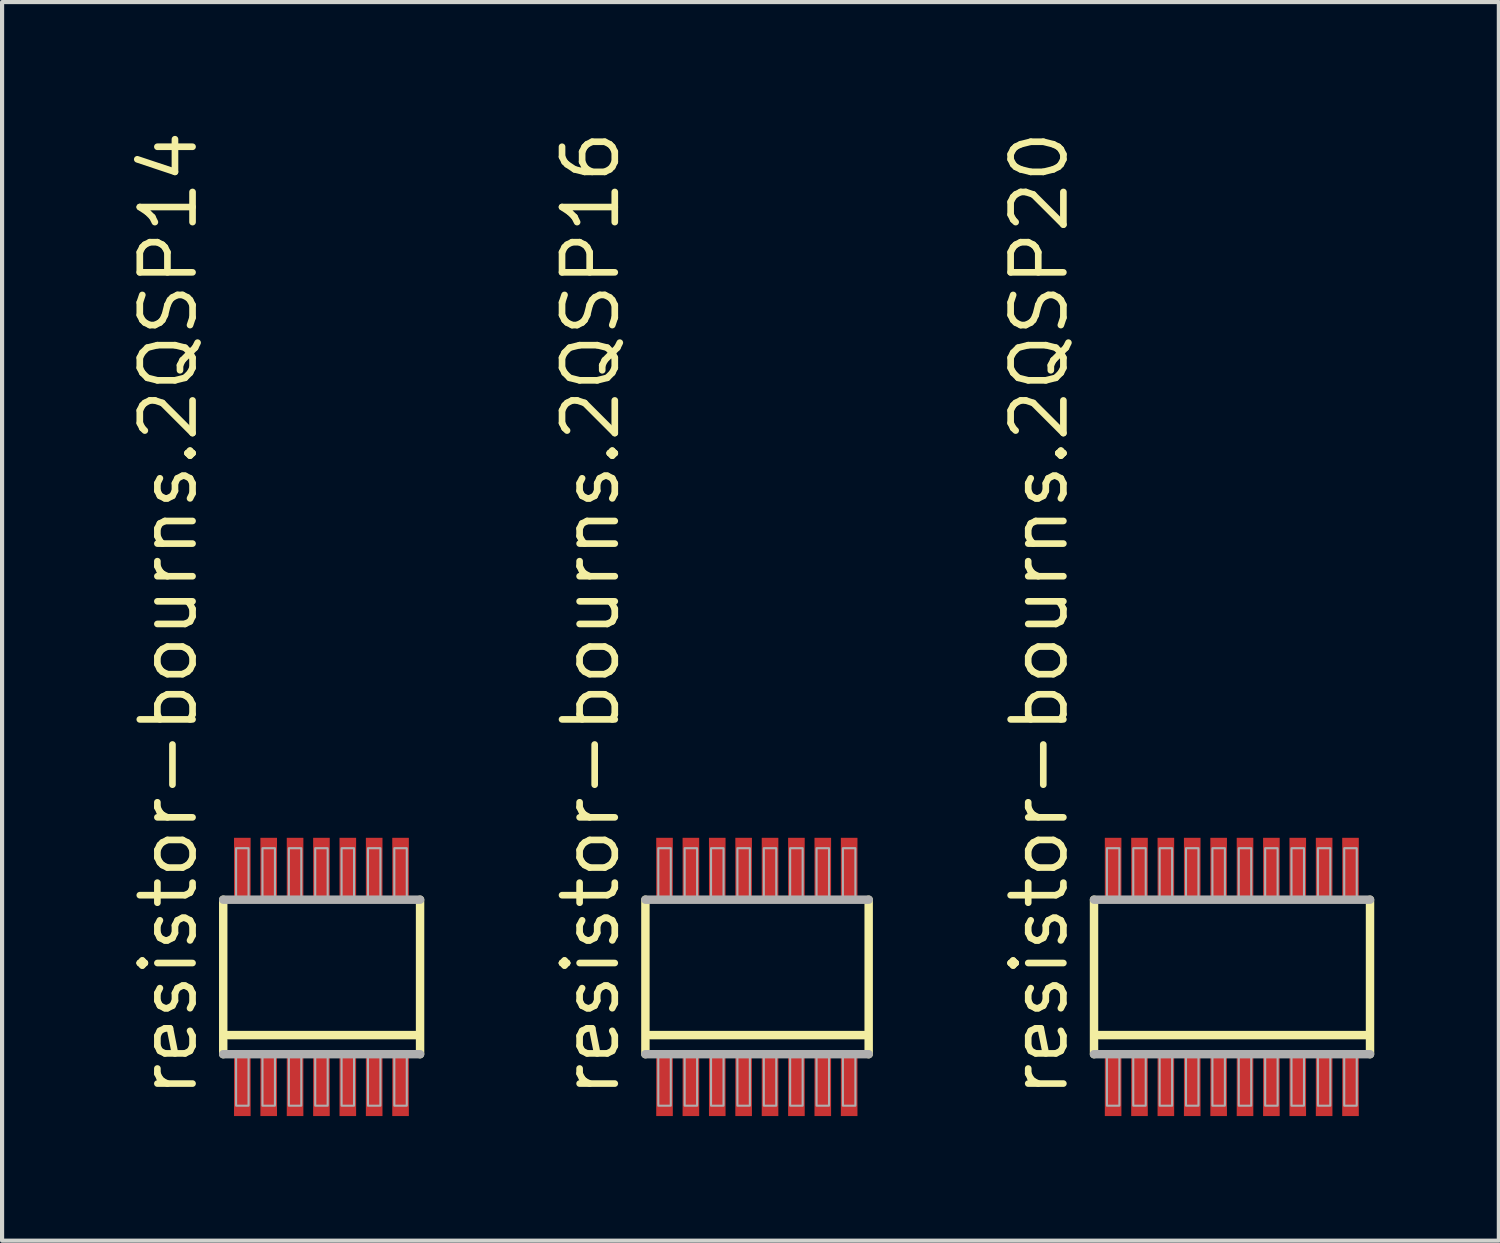
<source format=kicad_pcb>
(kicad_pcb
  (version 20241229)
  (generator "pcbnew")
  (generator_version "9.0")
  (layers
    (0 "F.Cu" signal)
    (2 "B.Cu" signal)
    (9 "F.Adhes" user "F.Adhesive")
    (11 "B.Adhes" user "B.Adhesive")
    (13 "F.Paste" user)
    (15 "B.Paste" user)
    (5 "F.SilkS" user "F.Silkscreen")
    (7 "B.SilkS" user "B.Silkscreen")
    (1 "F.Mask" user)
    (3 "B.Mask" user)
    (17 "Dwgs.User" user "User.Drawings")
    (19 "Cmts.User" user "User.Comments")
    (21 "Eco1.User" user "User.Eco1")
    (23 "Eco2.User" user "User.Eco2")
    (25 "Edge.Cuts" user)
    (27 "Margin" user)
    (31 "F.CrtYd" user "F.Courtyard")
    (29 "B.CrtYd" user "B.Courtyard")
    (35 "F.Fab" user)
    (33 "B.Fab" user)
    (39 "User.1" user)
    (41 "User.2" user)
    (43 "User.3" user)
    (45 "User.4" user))
  (footprint "resistor-bourns.2QSP14"
    (layer "F.Cu")
    (at 4.69 20.474)
    (property "Reference" "resistor-bourns.2QSP14" (at -2.94 2.975 90) (layer "F.SilkS") (effects (font (size 1.27 1.27) (thickness 0.16)) (justify left bottom)))
    (attr smd)
    (fp_line (start -2.365 1.86) (end -2.365 -1.86) (stroke (width 0.203) (type default)) (layer "F.SilkS"))
    (fp_line (start -2.25 1.4) (end 2.3 1.4) (stroke (width 0.203) (type default)) (layer "F.SilkS"))
    (fp_line (start 2.375 -1.86) (end 2.375 1.86) (stroke (width 0.203) (type default)) (layer "F.SilkS"))
    (fp_line (start -2.365 -1.86) (end 2.375 -1.86) (stroke (width 0.203) (type default)) (layer "F.Fab"))
    (fp_line (start 2.375 1.86) (end -2.365 1.86) (stroke (width 0.203) (type default)) (layer "F.Fab"))
    (fp_rect (start -2.055 -1.9) (end -1.755 -3.1) (stroke (width 0.05) (type default)) (fill no) (layer "F.Fab"))
    (fp_rect (start -2.055 3.1) (end -1.755 1.9) (stroke (width 0.05) (type default)) (fill no) (layer "F.Fab"))
    (fp_rect (start -1.42 -1.9) (end -1.12 -3.1) (stroke (width 0.05) (type default)) (fill no) (layer "F.Fab"))
    (fp_rect (start -1.42 3.1) (end -1.12 1.9) (stroke (width 0.05) (type default)) (fill no) (layer "F.Fab"))
    (fp_rect (start -0.785 -1.9) (end -0.485 -3.1) (stroke (width 0.05) (type default)) (fill no) (layer "F.Fab"))
    (fp_rect (start -0.785 3.1) (end -0.485 1.9) (stroke (width 0.05) (type default)) (fill no) (layer "F.Fab"))
    (fp_rect (start -0.15 -1.9) (end 0.15 -3.1) (stroke (width 0.05) (type default)) (fill no) (layer "F.Fab"))
    (fp_rect (start -0.15 3.1) (end 0.15 1.9) (stroke (width 0.05) (type default)) (fill no) (layer "F.Fab"))
    (fp_rect (start 0.485 -1.9) (end 0.785 -3.1) (stroke (width 0.05) (type default)) (fill no) (layer "F.Fab"))
    (fp_rect (start 0.485 3.1) (end 0.785 1.9) (stroke (width 0.05) (type default)) (fill no) (layer "F.Fab"))
    (fp_rect (start 1.12 -1.9) (end 1.42 -3.1) (stroke (width 0.05) (type default)) (fill no) (layer "F.Fab"))
    (fp_rect (start 1.12 3.1) (end 1.42 1.9) (stroke (width 0.05) (type default)) (fill no) (layer "F.Fab"))
    (fp_rect (start 1.755 -1.9) (end 2.055 -3.1) (stroke (width 0.05) (type default)) (fill no) (layer "F.Fab"))
    (fp_rect (start 1.755 3.1) (end 2.055 1.9) (stroke (width 0.05) (type default)) (fill no) (layer "F.Fab"))
    (pad "1" smd roundrect (at -1.905 2.6) (size 0.4 1.5) (layers "F.Cu" "F.Mask" "F.Paste") (roundrect_rratio 0.01))
    (pad "2" smd roundrect (at -1.27 2.6) (size 0.4 1.5) (layers "F.Cu" "F.Mask" "F.Paste") (roundrect_rratio 0.01))
    (pad "3" smd roundrect (at -0.635 2.6) (size 0.4 1.5) (layers "F.Cu" "F.Mask" "F.Paste") (roundrect_rratio 0.01))
    (pad "4" smd roundrect (at 0 2.6) (size 0.4 1.5) (layers "F.Cu" "F.Mask" "F.Paste") (roundrect_rratio 0.01))
    (pad "5" smd roundrect (at 0.635 2.6) (size 0.4 1.5) (layers "F.Cu" "F.Mask" "F.Paste") (roundrect_rratio 0.01))
    (pad "6" smd roundrect (at 1.27 2.6) (size 0.4 1.5) (layers "F.Cu" "F.Mask" "F.Paste") (roundrect_rratio 0.01))
    (pad "7" smd roundrect (at 1.905 2.6) (size 0.4 1.5) (layers "F.Cu" "F.Mask" "F.Paste") (roundrect_rratio 0.01))
    (pad "8" smd roundrect (at 1.905 -2.6) (size 0.4 1.5) (layers "F.Cu" "F.Mask" "F.Paste") (roundrect_rratio 0.01))
    (pad "9" smd roundrect (at 1.27 -2.6) (size 0.4 1.5) (layers "F.Cu" "F.Mask" "F.Paste") (roundrect_rratio 0.01))
    (pad "10" smd roundrect (at 0.635 -2.6) (size 0.4 1.5) (layers "F.Cu" "F.Mask" "F.Paste") (roundrect_rratio 0.01))
    (pad "11" smd roundrect (at 0 -2.6) (size 0.4 1.5) (layers "F.Cu" "F.Mask" "F.Paste") (roundrect_rratio 0.01))
    (pad "12" smd roundrect (at -0.635 -2.6) (size 0.4 1.5) (layers "F.Cu" "F.Mask" "F.Paste") (roundrect_rratio 0.01))
    (pad "13" smd roundrect (at -1.27 -2.6) (size 0.4 1.5) (layers "F.Cu" "F.Mask" "F.Paste") (roundrect_rratio 0.01))
    (pad "14" smd roundrect (at -1.905 -2.6) (size 0.4 1.5) (layers "F.Cu" "F.Mask" "F.Paste") (roundrect_rratio 0.01)))
  (footprint "resistor-bourns.2QSP16"
    (layer "F.Cu")
    (at 15.174 20.474)
    (property "Reference" "resistor-bourns.2QSP16" (at -3.257 2.975 90) (layer "F.SilkS") (effects (font (size 1.27 1.27) (thickness 0.16)) (justify left bottom)))
    (attr smd)
    (fp_line (start -2.683 1.86) (end -2.683 -1.86) (stroke (width 0.203) (type default)) (layer "F.SilkS"))
    (fp_line (start -2.568 1.4) (end 2.618 1.4) (stroke (width 0.203) (type default)) (layer "F.SilkS"))
    (fp_line (start 2.693 -1.86) (end 2.693 1.86) (stroke (width 0.203) (type default)) (layer "F.SilkS"))
    (fp_line (start -2.683 -1.86) (end 2.693 -1.86) (stroke (width 0.203) (type default)) (layer "F.Fab"))
    (fp_line (start 2.693 1.86) (end -2.683 1.86) (stroke (width 0.203) (type default)) (layer "F.Fab"))
    (fp_rect (start -2.373 -1.9) (end -2.072 -3.1) (stroke (width 0.05) (type default)) (fill no) (layer "F.Fab"))
    (fp_rect (start -2.373 3.1) (end -2.072 1.9) (stroke (width 0.05) (type default)) (fill no) (layer "F.Fab"))
    (fp_rect (start -1.738 -1.9) (end -1.438 -3.1) (stroke (width 0.05) (type default)) (fill no) (layer "F.Fab"))
    (fp_rect (start -1.738 3.1) (end -1.438 1.9) (stroke (width 0.05) (type default)) (fill no) (layer "F.Fab"))
    (fp_rect (start -1.103 -1.9) (end -0.802 -3.1) (stroke (width 0.05) (type default)) (fill no) (layer "F.Fab"))
    (fp_rect (start -1.103 3.1) (end -0.802 1.9) (stroke (width 0.05) (type default)) (fill no) (layer "F.Fab"))
    (fp_rect (start -0.468 -1.9) (end -0.168 -3.1) (stroke (width 0.05) (type default)) (fill no) (layer "F.Fab"))
    (fp_rect (start -0.468 3.1) (end -0.168 1.9) (stroke (width 0.05) (type default)) (fill no) (layer "F.Fab"))
    (fp_rect (start 0.168 -1.9) (end 0.468 -3.1) (stroke (width 0.05) (type default)) (fill no) (layer "F.Fab"))
    (fp_rect (start 0.168 3.1) (end 0.468 1.9) (stroke (width 0.05) (type default)) (fill no) (layer "F.Fab"))
    (fp_rect (start 0.802 -1.9) (end 1.103 -3.1) (stroke (width 0.05) (type default)) (fill no) (layer "F.Fab"))
    (fp_rect (start 0.802 3.1) (end 1.103 1.9) (stroke (width 0.05) (type default)) (fill no) (layer "F.Fab"))
    (fp_rect (start 1.438 -1.9) (end 1.738 -3.1) (stroke (width 0.05) (type default)) (fill no) (layer "F.Fab"))
    (fp_rect (start 1.438 3.1) (end 1.738 1.9) (stroke (width 0.05) (type default)) (fill no) (layer "F.Fab"))
    (fp_rect (start 2.072 -1.9) (end 2.373 -3.1) (stroke (width 0.05) (type default)) (fill no) (layer "F.Fab"))
    (fp_rect (start 2.072 3.1) (end 2.373 1.9) (stroke (width 0.05) (type default)) (fill no) (layer "F.Fab"))
    (pad "1" smd roundrect (at -2.223 2.6) (size 0.4 1.5) (layers "F.Cu" "F.Mask" "F.Paste") (roundrect_rratio 0.01))
    (pad "2" smd roundrect (at -1.588 2.6) (size 0.4 1.5) (layers "F.Cu" "F.Mask" "F.Paste") (roundrect_rratio 0.01))
    (pad "3" smd roundrect (at -0.953 2.6) (size 0.4 1.5) (layers "F.Cu" "F.Mask" "F.Paste") (roundrect_rratio 0.01))
    (pad "4" smd roundrect (at -0.318 2.6) (size 0.4 1.5) (layers "F.Cu" "F.Mask" "F.Paste") (roundrect_rratio 0.01))
    (pad "5" smd roundrect (at 0.318 2.6) (size 0.4 1.5) (layers "F.Cu" "F.Mask" "F.Paste") (roundrect_rratio 0.01))
    (pad "6" smd roundrect (at 0.953 2.6) (size 0.4 1.5) (layers "F.Cu" "F.Mask" "F.Paste") (roundrect_rratio 0.01))
    (pad "7" smd roundrect (at 1.588 2.6) (size 0.4 1.5) (layers "F.Cu" "F.Mask" "F.Paste") (roundrect_rratio 0.01))
    (pad "8" smd roundrect (at 2.223 2.6) (size 0.4 1.5) (layers "F.Cu" "F.Mask" "F.Paste") (roundrect_rratio 0.01))
    (pad "9" smd roundrect (at 2.223 -2.6) (size 0.4 1.5) (layers "F.Cu" "F.Mask" "F.Paste") (roundrect_rratio 0.01))
    (pad "10" smd roundrect (at 1.588 -2.6) (size 0.4 1.5) (layers "F.Cu" "F.Mask" "F.Paste") (roundrect_rratio 0.01))
    (pad "11" smd roundrect (at 0.953 -2.6) (size 0.4 1.5) (layers "F.Cu" "F.Mask" "F.Paste") (roundrect_rratio 0.01))
    (pad "12" smd roundrect (at 0.318 -2.6) (size 0.4 1.5) (layers "F.Cu" "F.Mask" "F.Paste") (roundrect_rratio 0.01))
    (pad "13" smd roundrect (at -0.318 -2.6) (size 0.4 1.5) (layers "F.Cu" "F.Mask" "F.Paste") (roundrect_rratio 0.01))
    (pad "14" smd roundrect (at -0.953 -2.6) (size 0.4 1.5) (layers "F.Cu" "F.Mask" "F.Paste") (roundrect_rratio 0.01))
    (pad "15" smd roundrect (at -1.588 -2.6) (size 0.4 1.5) (layers "F.Cu" "F.Mask" "F.Paste") (roundrect_rratio 0.01))
    (pad "16" smd roundrect (at -2.223 -2.6) (size 0.4 1.5) (layers "F.Cu" "F.Mask" "F.Paste") (roundrect_rratio 0.01)))
  (footprint "resistor-bourns.2QSP20"
    (layer "F.Cu")
    (at 25.976 20.474)
    (property "Reference" "resistor-bourns.2QSP20" (at -3.257 2.975 90) (layer "F.SilkS") (effects (font (size 1.27 1.27) (thickness 0.16)) (justify left bottom)))
    (attr smd)
    (fp_line (start -2.683 1.86) (end -2.683 -1.86) (stroke (width 0.203) (type default)) (layer "F.SilkS"))
    (fp_line (start -2.568 1.4) (end 3.888 1.4) (stroke (width 0.203) (type default)) (layer "F.SilkS"))
    (fp_line (start 3.963 -1.86) (end 3.963 1.86) (stroke (width 0.203) (type default)) (layer "F.SilkS"))
    (fp_line (start -2.683 -1.86) (end 3.963 -1.86) (stroke (width 0.203) (type default)) (layer "F.Fab"))
    (fp_line (start 3.963 1.86) (end -2.683 1.86) (stroke (width 0.203) (type default)) (layer "F.Fab"))
    (fp_rect (start -2.373 -1.9) (end -2.072 -3.1) (stroke (width 0.05) (type default)) (fill no) (layer "F.Fab"))
    (fp_rect (start -2.373 3.1) (end -2.072 1.9) (stroke (width 0.05) (type default)) (fill no) (layer "F.Fab"))
    (fp_rect (start -1.738 -1.9) (end -1.438 -3.1) (stroke (width 0.05) (type default)) (fill no) (layer "F.Fab"))
    (fp_rect (start -1.738 3.1) (end -1.438 1.9) (stroke (width 0.05) (type default)) (fill no) (layer "F.Fab"))
    (fp_rect (start -1.103 -1.9) (end -0.802 -3.1) (stroke (width 0.05) (type default)) (fill no) (layer "F.Fab"))
    (fp_rect (start -1.103 3.1) (end -0.802 1.9) (stroke (width 0.05) (type default)) (fill no) (layer "F.Fab"))
    (fp_rect (start -0.468 -1.9) (end -0.168 -3.1) (stroke (width 0.05) (type default)) (fill no) (layer "F.Fab"))
    (fp_rect (start -0.468 3.1) (end -0.168 1.9) (stroke (width 0.05) (type default)) (fill no) (layer "F.Fab"))
    (fp_rect (start 0.168 -1.9) (end 0.468 -3.1) (stroke (width 0.05) (type default)) (fill no) (layer "F.Fab"))
    (fp_rect (start 0.168 3.1) (end 0.468 1.9) (stroke (width 0.05) (type default)) (fill no) (layer "F.Fab"))
    (fp_rect (start 0.802 -1.9) (end 1.103 -3.1) (stroke (width 0.05) (type default)) (fill no) (layer "F.Fab"))
    (fp_rect (start 0.802 3.1) (end 1.103 1.9) (stroke (width 0.05) (type default)) (fill no) (layer "F.Fab"))
    (fp_rect (start 1.438 -1.9) (end 1.738 -3.1) (stroke (width 0.05) (type default)) (fill no) (layer "F.Fab"))
    (fp_rect (start 1.438 3.1) (end 1.738 1.9) (stroke (width 0.05) (type default)) (fill no) (layer "F.Fab"))
    (fp_rect (start 2.072 -1.9) (end 2.373 -3.1) (stroke (width 0.05) (type default)) (fill no) (layer "F.Fab"))
    (fp_rect (start 2.072 3.1) (end 2.373 1.9) (stroke (width 0.05) (type default)) (fill no) (layer "F.Fab"))
    (fp_rect (start 2.708 -1.9) (end 3.007 -3.1) (stroke (width 0.05) (type default)) (fill no) (layer "F.Fab"))
    (fp_rect (start 2.708 3.1) (end 3.007 1.9) (stroke (width 0.05) (type default)) (fill no) (layer "F.Fab"))
    (fp_rect (start 3.342 -1.9) (end 3.643 -3.1) (stroke (width 0.05) (type default)) (fill no) (layer "F.Fab"))
    (fp_rect (start 3.342 3.1) (end 3.643 1.9) (stroke (width 0.05) (type default)) (fill no) (layer "F.Fab"))
    (pad "1" smd roundrect (at -2.223 2.6) (size 0.4 1.5) (layers "F.Cu" "F.Mask" "F.Paste") (roundrect_rratio 0.01))
    (pad "2" smd roundrect (at -1.588 2.6) (size 0.4 1.5) (layers "F.Cu" "F.Mask" "F.Paste") (roundrect_rratio 0.01))
    (pad "3" smd roundrect (at -0.953 2.6) (size 0.4 1.5) (layers "F.Cu" "F.Mask" "F.Paste") (roundrect_rratio 0.01))
    (pad "4" smd roundrect (at -0.318 2.6) (size 0.4 1.5) (layers "F.Cu" "F.Mask" "F.Paste") (roundrect_rratio 0.01))
    (pad "5" smd roundrect (at 0.318 2.6) (size 0.4 1.5) (layers "F.Cu" "F.Mask" "F.Paste") (roundrect_rratio 0.01))
    (pad "6" smd roundrect (at 0.953 2.6) (size 0.4 1.5) (layers "F.Cu" "F.Mask" "F.Paste") (roundrect_rratio 0.01))
    (pad "7" smd roundrect (at 1.588 2.6) (size 0.4 1.5) (layers "F.Cu" "F.Mask" "F.Paste") (roundrect_rratio 0.01))
    (pad "8" smd roundrect (at 2.223 2.6) (size 0.4 1.5) (layers "F.Cu" "F.Mask" "F.Paste") (roundrect_rratio 0.01))
    (pad "9" smd roundrect (at 2.858 2.6) (size 0.4 1.5) (layers "F.Cu" "F.Mask" "F.Paste") (roundrect_rratio 0.01))
    (pad "10" smd roundrect (at 3.493 2.6) (size 0.4 1.5) (layers "F.Cu" "F.Mask" "F.Paste") (roundrect_rratio 0.01))
    (pad "11" smd roundrect (at 3.493 -2.6) (size 0.4 1.5) (layers "F.Cu" "F.Mask" "F.Paste") (roundrect_rratio 0.01))
    (pad "12" smd roundrect (at 2.858 -2.6) (size 0.4 1.5) (layers "F.Cu" "F.Mask" "F.Paste") (roundrect_rratio 0.01))
    (pad "13" smd roundrect (at 2.223 -2.6) (size 0.4 1.5) (layers "F.Cu" "F.Mask" "F.Paste") (roundrect_rratio 0.01))
    (pad "14" smd roundrect (at 1.588 -2.6) (size 0.4 1.5) (layers "F.Cu" "F.Mask" "F.Paste") (roundrect_rratio 0.01))
    (pad "15" smd roundrect (at 0.953 -2.6) (size 0.4 1.5) (layers "F.Cu" "F.Mask" "F.Paste") (roundrect_rratio 0.01))
    (pad "16" smd roundrect (at 0.318 -2.6) (size 0.4 1.5) (layers "F.Cu" "F.Mask" "F.Paste") (roundrect_rratio 0.01))
    (pad "17" smd roundrect (at -0.318 -2.6) (size 0.4 1.5) (layers "F.Cu" "F.Mask" "F.Paste") (roundrect_rratio 0.01))
    (pad "18" smd roundrect (at -0.953 -2.6) (size 0.4 1.5) (layers "F.Cu" "F.Mask" "F.Paste") (roundrect_rratio 0.01))
    (pad "19" smd roundrect (at -1.588 -2.6) (size 0.4 1.5) (layers "F.Cu" "F.Mask" "F.Paste") (roundrect_rratio 0.01))
    (pad "20" smd roundrect (at -2.223 -2.6) (size 0.4 1.5) (layers "F.Cu" "F.Mask" "F.Paste") (roundrect_rratio 0.01)))
  (gr_rect
    (start -3 -3)
    (end 33.041 26.824)
    (stroke (width 0.1) (type default))
    (fill no)
    (layer "Edge.Cuts")))
</source>
